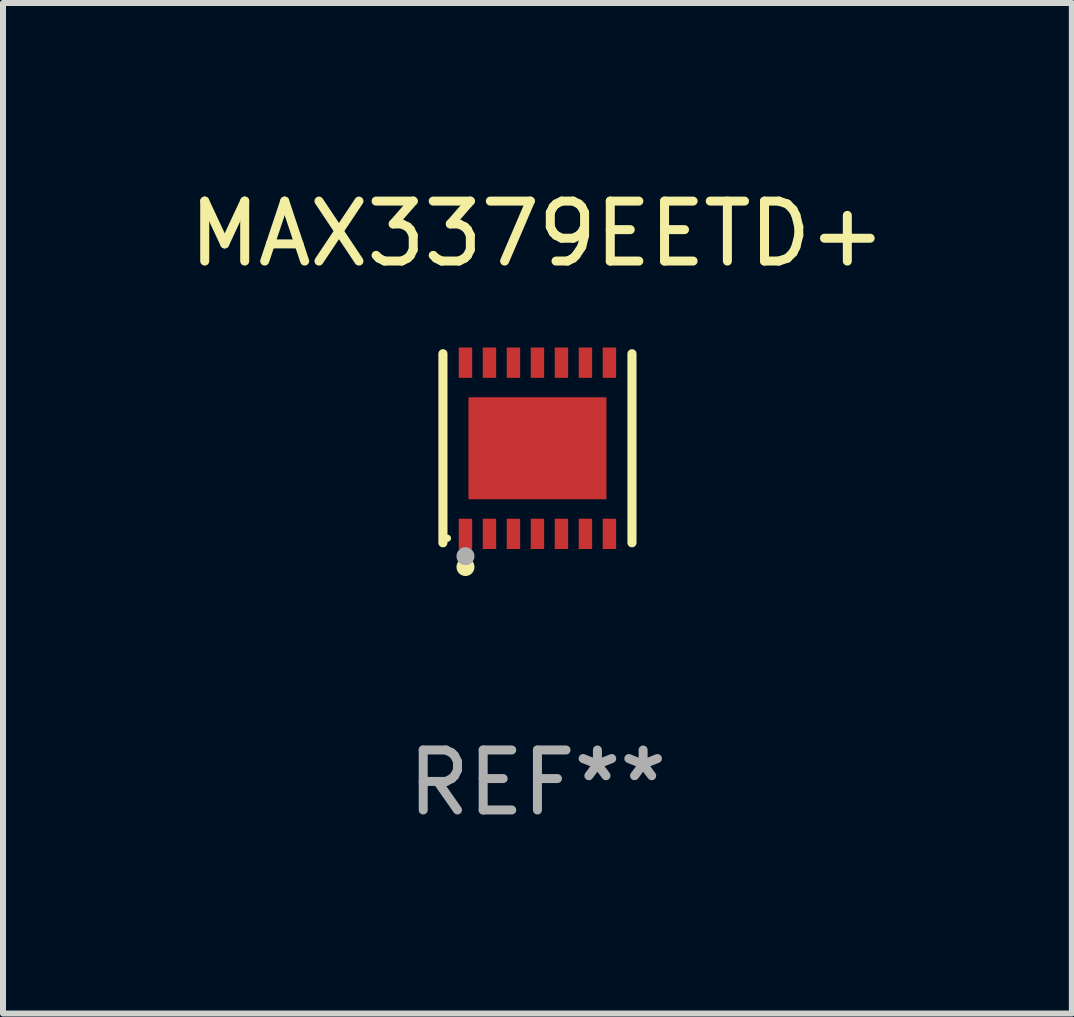
<source format=kicad_pcb>
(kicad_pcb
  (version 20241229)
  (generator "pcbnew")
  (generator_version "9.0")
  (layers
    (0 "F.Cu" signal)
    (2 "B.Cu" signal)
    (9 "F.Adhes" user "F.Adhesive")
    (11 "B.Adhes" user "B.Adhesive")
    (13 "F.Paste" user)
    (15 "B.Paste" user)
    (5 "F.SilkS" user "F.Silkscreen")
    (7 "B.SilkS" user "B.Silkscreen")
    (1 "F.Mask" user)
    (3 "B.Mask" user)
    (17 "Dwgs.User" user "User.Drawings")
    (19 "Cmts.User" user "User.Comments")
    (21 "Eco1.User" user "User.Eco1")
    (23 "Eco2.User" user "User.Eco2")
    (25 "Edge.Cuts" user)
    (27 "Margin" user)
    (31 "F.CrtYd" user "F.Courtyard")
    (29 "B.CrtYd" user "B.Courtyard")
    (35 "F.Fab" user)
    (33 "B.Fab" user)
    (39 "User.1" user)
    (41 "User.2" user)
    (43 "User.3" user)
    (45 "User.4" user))
  (footprint "MAX3379EETD+"
    (layer "F.Cu")
    (at 5.911 4.424)
    (property "Reference" "MAX3379EETD+" (at 0 -3.576 0) (layer "F.SilkS") (effects (font (size 1 1) (thickness 0.15))))
    (attr through_hole)
    (fp_line (start -1.576 1.576) (end -1.576 -1.576) (stroke (width 0.152) (type solid)) (layer "F.SilkS"))
    (fp_line (start 1.576 1.576) (end 1.576 -1.576) (stroke (width 0.152) (type solid)) (layer "F.SilkS"))
    (fp_circle (center -1.5 1.5) (end -1.47 1.5) (stroke (width 0.06) (type solid)) (fill no) (layer "F.SilkS"))
    (fp_circle (center -1.2 1.98) (end -1.125 1.98) (stroke (width 0.15) (type solid)) (fill no) (layer "F.SilkS"))
    (fp_circle (center -1.2 1.8) (end -1.125 1.8) (stroke (width 0.15) (type solid)) (fill no) (layer "F.Fab"))
    (fp_text user "REF**" (at 0 5.576 0) (layer "F.Fab") (effects (font (size 1 1) (thickness 0.15))))
    (pad "1" smd rect (at -1.2 1.427) (size 0.224 0.505) (layers "F.Cu" "F.Mask" "F.Paste"))
    (pad "2" smd rect (at -0.8 1.427) (size 0.224 0.505) (layers "F.Cu" "F.Mask" "F.Paste"))
    (pad "3" smd rect (at -0.4 1.427) (size 0.224 0.505) (layers "F.Cu" "F.Mask" "F.Paste"))
    (pad "4" smd rect (at 0 1.427) (size 0.224 0.505) (layers "F.Cu" "F.Mask" "F.Paste"))
    (pad "5" smd rect (at 0.4 1.427) (size 0.224 0.505) (layers "F.Cu" "F.Mask" "F.Paste"))
    (pad "6" smd rect (at 0.8 1.427) (size 0.224 0.505) (layers "F.Cu" "F.Mask" "F.Paste"))
    (pad "7" smd rect (at 1.2 1.427) (size 0.224 0.505) (layers "F.Cu" "F.Mask" "F.Paste"))
    (pad "8" smd rect (at 1.2 -1.427) (size 0.224 0.505) (layers "F.Cu" "F.Mask" "F.Paste"))
    (pad "9" smd rect (at 0.8 -1.427) (size 0.224 0.505) (layers "F.Cu" "F.Mask" "F.Paste"))
    (pad "10" smd rect (at 0.4 -1.427) (size 0.224 0.505) (layers "F.Cu" "F.Mask" "F.Paste"))
    (pad "11" smd rect (at 0 -1.427) (size 0.224 0.505) (layers "F.Cu" "F.Mask" "F.Paste"))
    (pad "12" smd rect (at -0.4 -1.427) (size 0.224 0.505) (layers "F.Cu" "F.Mask" "F.Paste"))
    (pad "13" smd rect (at -0.8 -1.427) (size 0.224 0.505) (layers "F.Cu" "F.Mask" "F.Paste"))
    (pad "14" smd rect (at -1.2 -1.427) (size 0.224 0.505) (layers "F.Cu" "F.Mask" "F.Paste"))
    (pad "15" smd rect (at 0 0) (size 2.3 1.7) (layers "F.Cu" "F.Mask" "F.Paste")))
  (gr_rect
    (start -3 -3)
    (end 14.821 13.849)
    (stroke (width 0.1) (type default))
    (fill no)
    (layer "Edge.Cuts")))
</source>
